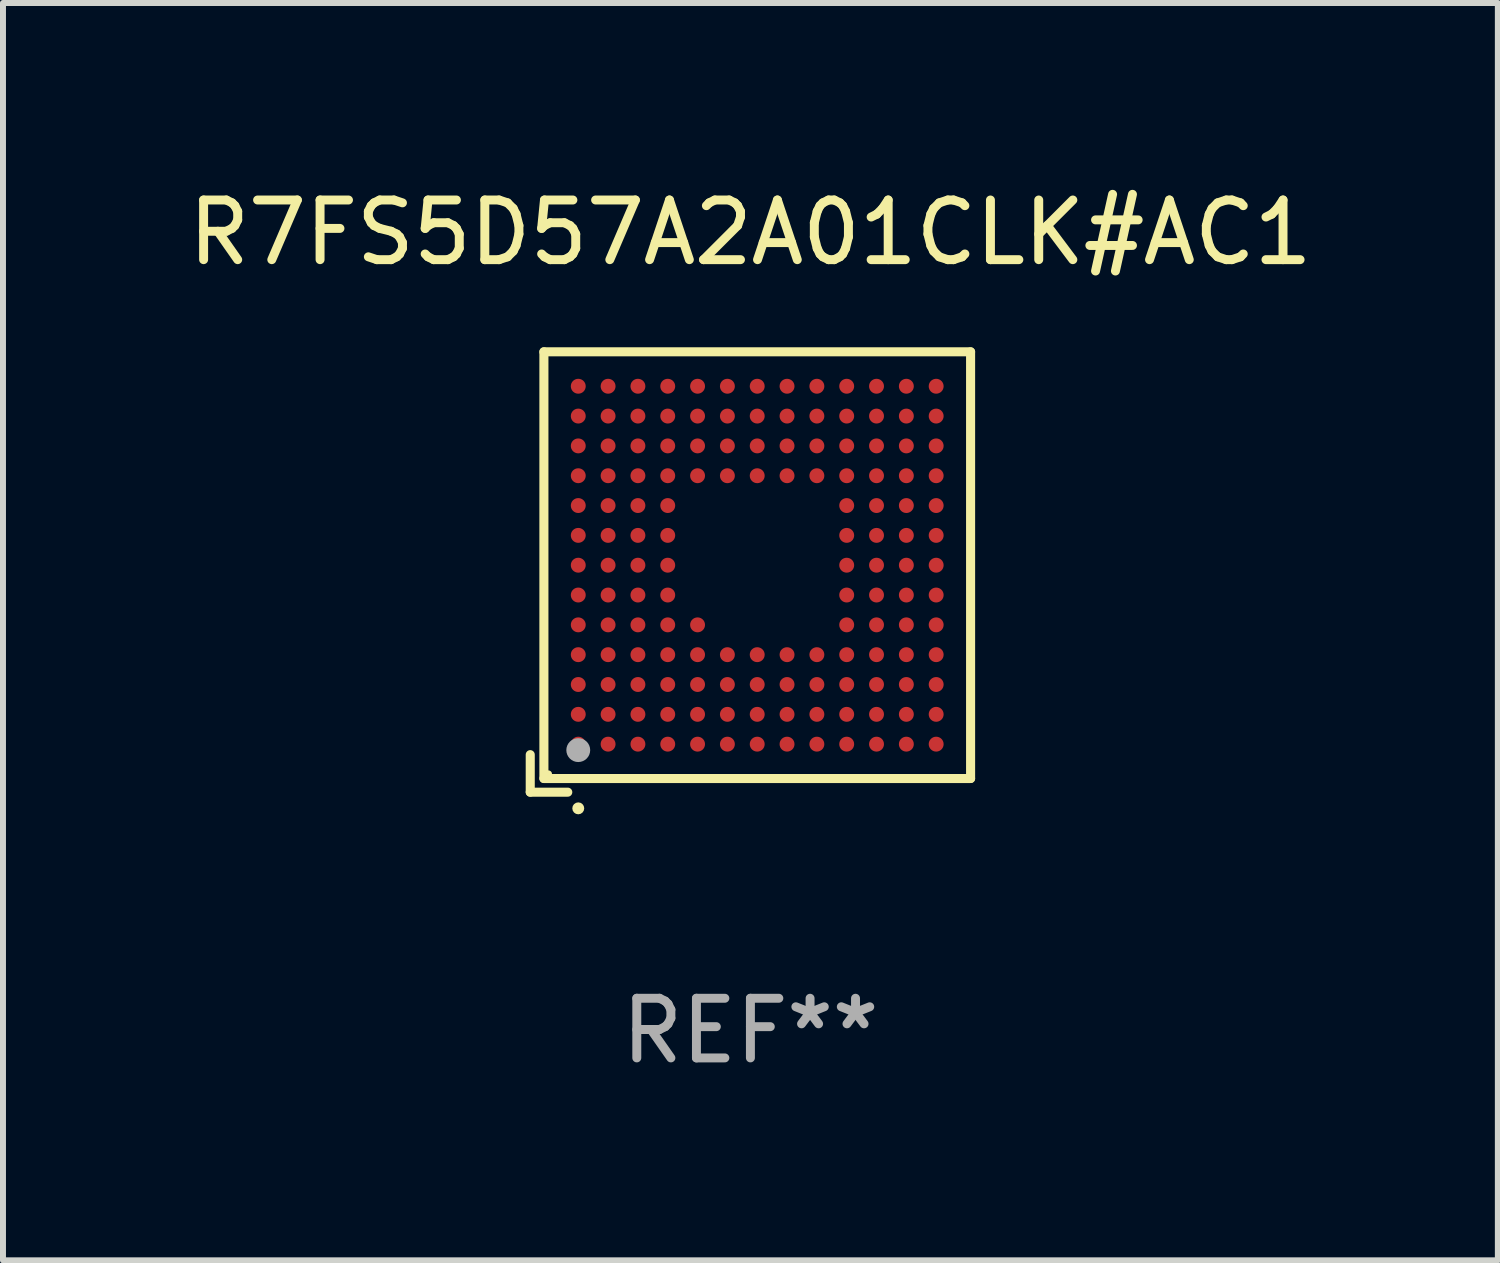
<source format=kicad_pcb>
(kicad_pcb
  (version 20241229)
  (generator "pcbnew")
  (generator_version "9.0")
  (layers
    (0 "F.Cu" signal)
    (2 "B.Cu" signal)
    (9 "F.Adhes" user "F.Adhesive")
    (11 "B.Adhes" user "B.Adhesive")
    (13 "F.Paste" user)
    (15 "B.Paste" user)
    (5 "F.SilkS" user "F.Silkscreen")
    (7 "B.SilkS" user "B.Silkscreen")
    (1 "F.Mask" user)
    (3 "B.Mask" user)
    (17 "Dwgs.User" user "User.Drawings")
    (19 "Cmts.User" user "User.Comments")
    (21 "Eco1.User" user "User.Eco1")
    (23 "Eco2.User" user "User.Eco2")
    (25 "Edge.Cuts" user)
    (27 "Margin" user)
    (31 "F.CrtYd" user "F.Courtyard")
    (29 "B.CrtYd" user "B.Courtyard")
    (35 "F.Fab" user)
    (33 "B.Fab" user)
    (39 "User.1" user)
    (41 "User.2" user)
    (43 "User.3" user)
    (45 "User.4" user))
  (footprint "R7FS5D57A2A01CLK#AC1"
    (layer "F.Cu")
    (at 9.53 6.539)
    (property "Reference" "R7FS5D57A2A01CLK#AC1" (at 0 -5.691 0) (layer "F.SilkS") (effects (font (size 1 1) (thickness 0.15))))
    (attr through_hole)
    (fp_line (start -3.691 3.062) (end -3.691 3.691) (stroke (width 0.152) (type solid)) (layer "F.SilkS"))
    (fp_line (start -3.691 3.691) (end -3.062 3.691) (stroke (width 0.152) (type solid)) (layer "F.SilkS"))
    (fp_line (start -3.462 -3.691) (end 3.691 -3.691) (stroke (width 0.152) (type solid)) (layer "F.SilkS"))
    (fp_line (start -3.462 3.462) (end -3.462 -3.691) (stroke (width 0.152) (type solid)) (layer "F.SilkS"))
    (fp_line (start 3.691 -3.691) (end 3.691 3.462) (stroke (width 0.152) (type solid)) (layer "F.SilkS"))
    (fp_line (start 3.691 3.462) (end -3.462 3.462) (stroke (width 0.152) (type solid)) (layer "F.SilkS"))
    (fp_circle (center -3.386 3.386) (end -3.356 3.386) (stroke (width 0.06) (type solid)) (fill no) (layer "F.SilkS"))
    (fp_circle (center -2.886 3.962) (end -2.836 3.962) (stroke (width 0.1) (type solid)) (fill no) (layer "F.SilkS"))
    (fp_circle (center -2.886 2.986) (end -2.786 2.986) (stroke (width 0.2) (type solid)) (fill no) (layer "F.Fab"))
    (fp_text user "REF**" (at 0 7.691 0) (layer "F.Fab") (effects (font (size 1 1) (thickness 0.15))))
    (pad "A1" smd circle (at -2.886 2.886) (size 0.25 0.25) (layers "F.Cu" "F.Mask" "F.Paste"))
    (pad "A2" smd circle (at -2.886 2.386) (size 0.25 0.25) (layers "F.Cu" "F.Mask" "F.Paste"))
    (pad "A3" smd circle (at -2.886 1.886) (size 0.25 0.25) (layers "F.Cu" "F.Mask" "F.Paste"))
    (pad "A4" smd circle (at -2.886 1.386) (size 0.25 0.25) (layers "F.Cu" "F.Mask" "F.Paste"))
    (pad "A5" smd circle (at -2.886 0.886) (size 0.25 0.25) (layers "F.Cu" "F.Mask" "F.Paste"))
    (pad "A6" smd circle (at -2.886 0.386) (size 0.25 0.25) (layers "F.Cu" "F.Mask" "F.Paste"))
    (pad "A7" smd circle (at -2.886 -0.114) (size 0.25 0.25) (layers "F.Cu" "F.Mask" "F.Paste"))
    (pad "A8" smd circle (at -2.886 -0.614) (size 0.25 0.25) (layers "F.Cu" "F.Mask" "F.Paste"))
    (pad "A9" smd circle (at -2.886 -1.114) (size 0.25 0.25) (layers "F.Cu" "F.Mask" "F.Paste"))
    (pad "A10" smd circle (at -2.886 -1.614) (size 0.25 0.25) (layers "F.Cu" "F.Mask" "F.Paste"))
    (pad "A11" smd circle (at -2.886 -2.114) (size 0.25 0.25) (layers "F.Cu" "F.Mask" "F.Paste"))
    (pad "A12" smd circle (at -2.886 -2.614) (size 0.25 0.25) (layers "F.Cu" "F.Mask" "F.Paste"))
    (pad "A13" smd circle (at -2.886 -3.114) (size 0.25 0.25) (layers "F.Cu" "F.Mask" "F.Paste"))
    (pad "B1" smd circle (at -2.386 2.886) (size 0.25 0.25) (layers "F.Cu" "F.Mask" "F.Paste"))
    (pad "B2" smd circle (at -2.386 2.386) (size 0.25 0.25) (layers "F.Cu" "F.Mask" "F.Paste"))
    (pad "B3" smd circle (at -2.386 1.886) (size 0.25 0.25) (layers "F.Cu" "F.Mask" "F.Paste"))
    (pad "B4" smd circle (at -2.386 1.386) (size 0.25 0.25) (layers "F.Cu" "F.Mask" "F.Paste"))
    (pad "B5" smd circle (at -2.386 0.886) (size 0.25 0.25) (layers "F.Cu" "F.Mask" "F.Paste"))
    (pad "B6" smd circle (at -2.386 0.386) (size 0.25 0.25) (layers "F.Cu" "F.Mask" "F.Paste"))
    (pad "B7" smd circle (at -2.386 -0.114) (size 0.25 0.25) (layers "F.Cu" "F.Mask" "F.Paste"))
    (pad "B8" smd circle (at -2.386 -0.614) (size 0.25 0.25) (layers "F.Cu" "F.Mask" "F.Paste"))
    (pad "B9" smd circle (at -2.386 -1.114) (size 0.25 0.25) (layers "F.Cu" "F.Mask" "F.Paste"))
    (pad "B10" smd circle (at -2.386 -1.614) (size 0.25 0.25) (layers "F.Cu" "F.Mask" "F.Paste"))
    (pad "B11" smd circle (at -2.386 -2.114) (size 0.25 0.25) (layers "F.Cu" "F.Mask" "F.Paste"))
    (pad "B12" smd circle (at -2.386 -2.614) (size 0.25 0.25) (layers "F.Cu" "F.Mask" "F.Paste"))
    (pad "B13" smd circle (at -2.386 -3.114) (size 0.25 0.25) (layers "F.Cu" "F.Mask" "F.Paste"))
    (pad "C1" smd circle (at -1.886 2.886) (size 0.25 0.25) (layers "F.Cu" "F.Mask" "F.Paste"))
    (pad "C2" smd circle (at -1.886 2.386) (size 0.25 0.25) (layers "F.Cu" "F.Mask" "F.Paste"))
    (pad "C3" smd circle (at -1.886 1.886) (size 0.25 0.25) (layers "F.Cu" "F.Mask" "F.Paste"))
    (pad "C4" smd circle (at -1.886 1.386) (size 0.25 0.25) (layers "F.Cu" "F.Mask" "F.Paste"))
    (pad "C5" smd circle (at -1.886 0.886) (size 0.25 0.25) (layers "F.Cu" "F.Mask" "F.Paste"))
    (pad "C6" smd circle (at -1.886 0.386) (size 0.25 0.25) (layers "F.Cu" "F.Mask" "F.Paste"))
    (pad "C7" smd circle (at -1.886 -0.114) (size 0.25 0.25) (layers "F.Cu" "F.Mask" "F.Paste"))
    (pad "C8" smd circle (at -1.886 -0.614) (size 0.25 0.25) (layers "F.Cu" "F.Mask" "F.Paste"))
    (pad "C9" smd circle (at -1.886 -1.114) (size 0.25 0.25) (layers "F.Cu" "F.Mask" "F.Paste"))
    (pad "C10" smd circle (at -1.886 -1.614) (size 0.25 0.25) (layers "F.Cu" "F.Mask" "F.Paste"))
    (pad "C11" smd circle (at -1.886 -2.114) (size 0.25 0.25) (layers "F.Cu" "F.Mask" "F.Paste"))
    (pad "C12" smd circle (at -1.886 -2.614) (size 0.25 0.25) (layers "F.Cu" "F.Mask" "F.Paste"))
    (pad "C13" smd circle (at -1.886 -3.114) (size 0.25 0.25) (layers "F.Cu" "F.Mask" "F.Paste"))
    (pad "D1" smd circle (at -1.386 2.886) (size 0.25 0.25) (layers "F.Cu" "F.Mask" "F.Paste"))
    (pad "D2" smd circle (at -1.386 2.386) (size 0.25 0.25) (layers "F.Cu" "F.Mask" "F.Paste"))
    (pad "D3" smd circle (at -1.386 1.886) (size 0.25 0.25) (layers "F.Cu" "F.Mask" "F.Paste"))
    (pad "D4" smd circle (at -1.386 1.386) (size 0.25 0.25) (layers "F.Cu" "F.Mask" "F.Paste"))
    (pad "D5" smd circle (at -1.386 0.886) (size 0.25 0.25) (layers "F.Cu" "F.Mask" "F.Paste"))
    (pad "D6" smd circle (at -1.386 0.386) (size 0.25 0.25) (layers "F.Cu" "F.Mask" "F.Paste"))
    (pad "D7" smd circle (at -1.386 -0.114) (size 0.25 0.25) (layers "F.Cu" "F.Mask" "F.Paste"))
    (pad "D8" smd circle (at -1.386 -0.614) (size 0.25 0.25) (layers "F.Cu" "F.Mask" "F.Paste"))
    (pad "D9" smd circle (at -1.386 -1.114) (size 0.25 0.25) (layers "F.Cu" "F.Mask" "F.Paste"))
    (pad "D10" smd circle (at -1.386 -1.614) (size 0.25 0.25) (layers "F.Cu" "F.Mask" "F.Paste"))
    (pad "D11" smd circle (at -1.386 -2.114) (size 0.25 0.25) (layers "F.Cu" "F.Mask" "F.Paste"))
    (pad "D12" smd circle (at -1.386 -2.614) (size 0.25 0.25) (layers "F.Cu" "F.Mask" "F.Paste"))
    (pad "D13" smd circle (at -1.386 -3.114) (size 0.25 0.25) (layers "F.Cu" "F.Mask" "F.Paste"))
    (pad "E1" smd circle (at -0.886 2.886) (size 0.25 0.25) (layers "F.Cu" "F.Mask" "F.Paste"))
    (pad "E2" smd circle (at -0.886 2.386) (size 0.25 0.25) (layers "F.Cu" "F.Mask" "F.Paste"))
    (pad "E3" smd circle (at -0.886 1.886) (size 0.25 0.25) (layers "F.Cu" "F.Mask" "F.Paste"))
    (pad "E4" smd circle (at -0.886 1.386) (size 0.25 0.25) (layers "F.Cu" "F.Mask" "F.Paste"))
    (pad "E5" smd circle (at -0.886 0.886) (size 0.25 0.25) (layers "F.Cu" "F.Mask" "F.Paste"))
    (pad "E10" smd circle (at -0.886 -1.614) (size 0.25 0.25) (layers "F.Cu" "F.Mask" "F.Paste"))
    (pad "E11" smd circle (at -0.886 -2.114) (size 0.25 0.25) (layers "F.Cu" "F.Mask" "F.Paste"))
    (pad "E12" smd circle (at -0.886 -2.614) (size 0.25 0.25) (layers "F.Cu" "F.Mask" "F.Paste"))
    (pad "E13" smd circle (at -0.886 -3.114) (size 0.25 0.25) (layers "F.Cu" "F.Mask" "F.Paste"))
    (pad "F1" smd circle (at -0.386 2.886) (size 0.25 0.25) (layers "F.Cu" "F.Mask" "F.Paste"))
    (pad "F2" smd circle (at -0.386 2.386) (size 0.25 0.25) (layers "F.Cu" "F.Mask" "F.Paste"))
    (pad "F3" smd circle (at -0.386 1.886) (size 0.25 0.25) (layers "F.Cu" "F.Mask" "F.Paste"))
    (pad "F4" smd circle (at -0.386 1.386) (size 0.25 0.25) (layers "F.Cu" "F.Mask" "F.Paste"))
    (pad "F10" smd circle (at -0.386 -1.614) (size 0.25 0.25) (layers "F.Cu" "F.Mask" "F.Paste"))
    (pad "F11" smd circle (at -0.386 -2.114) (size 0.25 0.25) (layers "F.Cu" "F.Mask" "F.Paste"))
    (pad "F12" smd circle (at -0.386 -2.614) (size 0.25 0.25) (layers "F.Cu" "F.Mask" "F.Paste"))
    (pad "F13" smd circle (at -0.386 -3.114) (size 0.25 0.25) (layers "F.Cu" "F.Mask" "F.Paste"))
    (pad "G1" smd circle (at 0.114 2.886) (size 0.25 0.25) (layers "F.Cu" "F.Mask" "F.Paste"))
    (pad "G2" smd circle (at 0.114 2.386) (size 0.25 0.25) (layers "F.Cu" "F.Mask" "F.Paste"))
    (pad "G3" smd circle (at 0.114 1.886) (size 0.25 0.25) (layers "F.Cu" "F.Mask" "F.Paste"))
    (pad "G4" smd circle (at 0.114 1.386) (size 0.25 0.25) (layers "F.Cu" "F.Mask" "F.Paste"))
    (pad "G10" smd circle (at 0.114 -1.614) (size 0.25 0.25) (layers "F.Cu" "F.Mask" "F.Paste"))
    (pad "G11" smd circle (at 0.114 -2.114) (size 0.25 0.25) (layers "F.Cu" "F.Mask" "F.Paste"))
    (pad "G12" smd circle (at 0.114 -2.614) (size 0.25 0.25) (layers "F.Cu" "F.Mask" "F.Paste"))
    (pad "G13" smd circle (at 0.114 -3.114) (size 0.25 0.25) (layers "F.Cu" "F.Mask" "F.Paste"))
    (pad "H1" smd circle (at 0.614 2.886) (size 0.25 0.25) (layers "F.Cu" "F.Mask" "F.Paste"))
    (pad "H2" smd circle (at 0.614 2.386) (size 0.25 0.25) (layers "F.Cu" "F.Mask" "F.Paste"))
    (pad "H3" smd circle (at 0.614 1.886) (size 0.25 0.25) (layers "F.Cu" "F.Mask" "F.Paste"))
    (pad "H4" smd circle (at 0.614 1.386) (size 0.25 0.25) (layers "F.Cu" "F.Mask" "F.Paste"))
    (pad "H10" smd circle (at 0.614 -1.614) (size 0.25 0.25) (layers "F.Cu" "F.Mask" "F.Paste"))
    (pad "H11" smd circle (at 0.614 -2.114) (size 0.25 0.25) (layers "F.Cu" "F.Mask" "F.Paste"))
    (pad "H12" smd circle (at 0.614 -2.614) (size 0.25 0.25) (layers "F.Cu" "F.Mask" "F.Paste"))
    (pad "H13" smd circle (at 0.614 -3.114) (size 0.25 0.25) (layers "F.Cu" "F.Mask" "F.Paste"))
    (pad "J1" smd circle (at 1.114 2.886) (size 0.25 0.25) (layers "F.Cu" "F.Mask" "F.Paste"))
    (pad "J2" smd circle (at 1.114 2.386) (size 0.25 0.25) (layers "F.Cu" "F.Mask" "F.Paste"))
    (pad "J3" smd circle (at 1.114 1.886) (size 0.25 0.25) (layers "F.Cu" "F.Mask" "F.Paste"))
    (pad "J4" smd circle (at 1.114 1.386) (size 0.25 0.25) (layers "F.Cu" "F.Mask" "F.Paste"))
    (pad "J10" smd circle (at 1.114 -1.614) (size 0.25 0.25) (layers "F.Cu" "F.Mask" "F.Paste"))
    (pad "J11" smd circle (at 1.114 -2.114) (size 0.25 0.25) (layers "F.Cu" "F.Mask" "F.Paste"))
    (pad "J12" smd circle (at 1.114 -2.614) (size 0.25 0.25) (layers "F.Cu" "F.Mask" "F.Paste"))
    (pad "J13" smd circle (at 1.114 -3.114) (size 0.25 0.25) (layers "F.Cu" "F.Mask" "F.Paste"))
    (pad "K1" smd circle (at 1.614 2.886) (size 0.25 0.25) (layers "F.Cu" "F.Mask" "F.Paste"))
    (pad "K2" smd circle (at 1.614 2.386) (size 0.25 0.25) (layers "F.Cu" "F.Mask" "F.Paste"))
    (pad "K3" smd circle (at 1.614 1.886) (size 0.25 0.25) (layers "F.Cu" "F.Mask" "F.Paste"))
    (pad "K4" smd circle (at 1.614 1.386) (size 0.25 0.25) (layers "F.Cu" "F.Mask" "F.Paste"))
    (pad "K5" smd circle (at 1.614 0.886) (size 0.25 0.25) (layers "F.Cu" "F.Mask" "F.Paste"))
    (pad "K6" smd circle (at 1.614 0.386) (size 0.25 0.25) (layers "F.Cu" "F.Mask" "F.Paste"))
    (pad "K7" smd circle (at 1.614 -0.114) (size 0.25 0.25) (layers "F.Cu" "F.Mask" "F.Paste"))
    (pad "K8" smd circle (at 1.614 -0.614) (size 0.25 0.25) (layers "F.Cu" "F.Mask" "F.Paste"))
    (pad "K9" smd circle (at 1.614 -1.114) (size 0.25 0.25) (layers "F.Cu" "F.Mask" "F.Paste"))
    (pad "K10" smd circle (at 1.614 -1.614) (size 0.25 0.25) (layers "F.Cu" "F.Mask" "F.Paste"))
    (pad "K11" smd circle (at 1.614 -2.114) (size 0.25 0.25) (layers "F.Cu" "F.Mask" "F.Paste"))
    (pad "K12" smd circle (at 1.614 -2.614) (size 0.25 0.25) (layers "F.Cu" "F.Mask" "F.Paste"))
    (pad "K13" smd circle (at 1.614 -3.114) (size 0.25 0.25) (layers "F.Cu" "F.Mask" "F.Paste"))
    (pad "L1" smd circle (at 2.114 2.886) (size 0.25 0.25) (layers "F.Cu" "F.Mask" "F.Paste"))
    (pad "L2" smd circle (at 2.114 2.386) (size 0.25 0.25) (layers "F.Cu" "F.Mask" "F.Paste"))
    (pad "L3" smd circle (at 2.114 1.886) (size 0.25 0.25) (layers "F.Cu" "F.Mask" "F.Paste"))
    (pad "L4" smd circle (at 2.114 1.386) (size 0.25 0.25) (layers "F.Cu" "F.Mask" "F.Paste"))
    (pad "L5" smd circle (at 2.114 0.886) (size 0.25 0.25) (layers "F.Cu" "F.Mask" "F.Paste"))
    (pad "L6" smd circle (at 2.114 0.386) (size 0.25 0.25) (layers "F.Cu" "F.Mask" "F.Paste"))
    (pad "L7" smd circle (at 2.114 -0.114) (size 0.25 0.25) (layers "F.Cu" "F.Mask" "F.Paste"))
    (pad "L8" smd circle (at 2.114 -0.614) (size 0.25 0.25) (layers "F.Cu" "F.Mask" "F.Paste"))
    (pad "L9" smd circle (at 2.114 -1.114) (size 0.25 0.25) (layers "F.Cu" "F.Mask" "F.Paste"))
    (pad "L10" smd circle (at 2.114 -1.614) (size 0.25 0.25) (layers "F.Cu" "F.Mask" "F.Paste"))
    (pad "L11" smd circle (at 2.114 -2.114) (size 0.25 0.25) (layers "F.Cu" "F.Mask" "F.Paste"))
    (pad "L12" smd circle (at 2.114 -2.614) (size 0.25 0.25) (layers "F.Cu" "F.Mask" "F.Paste"))
    (pad "L13" smd circle (at 2.114 -3.114) (size 0.25 0.25) (layers "F.Cu" "F.Mask" "F.Paste"))
    (pad "M1" smd circle (at 2.614 2.886) (size 0.25 0.25) (layers "F.Cu" "F.Mask" "F.Paste"))
    (pad "M2" smd circle (at 2.614 2.386) (size 0.25 0.25) (layers "F.Cu" "F.Mask" "F.Paste"))
    (pad "M3" smd circle (at 2.614 1.886) (size 0.25 0.25) (layers "F.Cu" "F.Mask" "F.Paste"))
    (pad "M4" smd circle (at 2.614 1.386) (size 0.25 0.25) (layers "F.Cu" "F.Mask" "F.Paste"))
    (pad "M5" smd circle (at 2.614 0.886) (size 0.25 0.25) (layers "F.Cu" "F.Mask" "F.Paste"))
    (pad "M6" smd circle (at 2.614 0.386) (size 0.25 0.25) (layers "F.Cu" "F.Mask" "F.Paste"))
    (pad "M7" smd circle (at 2.614 -0.114) (size 0.25 0.25) (layers "F.Cu" "F.Mask" "F.Paste"))
    (pad "M8" smd circle (at 2.614 -0.614) (size 0.25 0.25) (layers "F.Cu" "F.Mask" "F.Paste"))
    (pad "M9" smd circle (at 2.614 -1.114) (size 0.25 0.25) (layers "F.Cu" "F.Mask" "F.Paste"))
    (pad "M10" smd circle (at 2.614 -1.614) (size 0.25 0.25) (layers "F.Cu" "F.Mask" "F.Paste"))
    (pad "M11" smd circle (at 2.614 -2.114) (size 0.25 0.25) (layers "F.Cu" "F.Mask" "F.Paste"))
    (pad "M12" smd circle (at 2.614 -2.614) (size 0.25 0.25) (layers "F.Cu" "F.Mask" "F.Paste"))
    (pad "M13" smd circle (at 2.614 -3.114) (size 0.25 0.25) (layers "F.Cu" "F.Mask" "F.Paste"))
    (pad "N1" smd circle (at 3.114 2.886) (size 0.25 0.25) (layers "F.Cu" "F.Mask" "F.Paste"))
    (pad "N2" smd circle (at 3.114 2.386) (size 0.25 0.25) (layers "F.Cu" "F.Mask" "F.Paste"))
    (pad "N3" smd circle (at 3.114 1.886) (size 0.25 0.25) (layers "F.Cu" "F.Mask" "F.Paste"))
    (pad "N4" smd circle (at 3.114 1.386) (size 0.25 0.25) (layers "F.Cu" "F.Mask" "F.Paste"))
    (pad "N5" smd circle (at 3.114 0.886) (size 0.25 0.25) (layers "F.Cu" "F.Mask" "F.Paste"))
    (pad "N6" smd circle (at 3.114 0.386) (size 0.25 0.25) (layers "F.Cu" "F.Mask" "F.Paste"))
    (pad "N7" smd circle (at 3.114 -0.114) (size 0.25 0.25) (layers "F.Cu" "F.Mask" "F.Paste"))
    (pad "N8" smd circle (at 3.114 -0.614) (size 0.25 0.25) (layers "F.Cu" "F.Mask" "F.Paste"))
    (pad "N9" smd circle (at 3.114 -1.114) (size 0.25 0.25) (layers "F.Cu" "F.Mask" "F.Paste"))
    (pad "N10" smd circle (at 3.114 -1.614) (size 0.25 0.25) (layers "F.Cu" "F.Mask" "F.Paste"))
    (pad "N11" smd circle (at 3.114 -2.114) (size 0.25 0.25) (layers "F.Cu" "F.Mask" "F.Paste"))
    (pad "N12" smd circle (at 3.114 -2.614) (size 0.25 0.25) (layers "F.Cu" "F.Mask" "F.Paste"))
    (pad "N13" smd circle (at 3.114 -3.114) (size 0.25 0.25) (layers "F.Cu" "F.Mask" "F.Paste")))
  (gr_rect
    (start -3 -3)
    (end 22.06 18.078)
    (stroke (width 0.1) (type default))
    (fill no)
    (layer "Edge.Cuts")))
</source>
